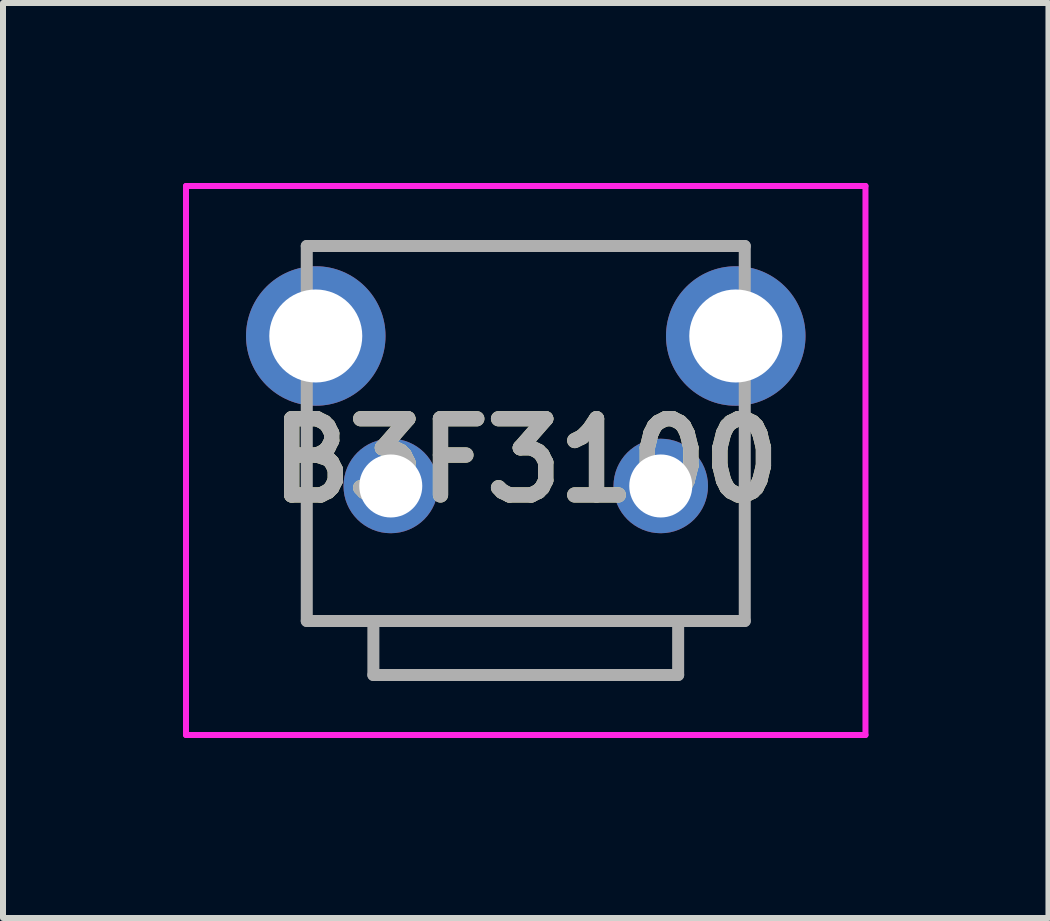
<source format=kicad_pcb>
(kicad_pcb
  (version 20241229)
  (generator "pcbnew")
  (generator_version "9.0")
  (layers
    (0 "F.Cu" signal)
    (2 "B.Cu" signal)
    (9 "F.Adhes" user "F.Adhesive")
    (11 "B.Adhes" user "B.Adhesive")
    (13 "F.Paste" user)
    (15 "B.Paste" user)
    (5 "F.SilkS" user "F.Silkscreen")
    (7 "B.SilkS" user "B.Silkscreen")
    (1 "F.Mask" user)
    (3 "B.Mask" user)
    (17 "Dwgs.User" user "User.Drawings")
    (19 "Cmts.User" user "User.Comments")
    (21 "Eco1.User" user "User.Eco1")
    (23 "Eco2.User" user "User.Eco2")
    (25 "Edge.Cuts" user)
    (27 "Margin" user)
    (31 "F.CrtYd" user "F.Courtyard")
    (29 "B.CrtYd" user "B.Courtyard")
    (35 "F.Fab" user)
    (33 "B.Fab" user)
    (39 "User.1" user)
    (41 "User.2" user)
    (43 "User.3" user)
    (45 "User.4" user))
  (footprint "B3F3100"
    (layer "F.Cu")
    (at 5.713 7.3)
    (property "Reference" "B3F3100" (at 0 -2.675 0) (layer "F.SilkS") (effects (font (size 1.27 1.27) (thickness 0.254))))
    (attr through_hole)
    (fp_line (start -3.65 -6.25) (end 3.5 -6.25) (stroke (width 0.1) (type solid)) (layer "F.SilkS"))
    (fp_line (start -3.65 -3) (end -3.65 0) (stroke (width 0.1) (type solid)) (layer "F.SilkS"))
    (fp_line (start -3.65 0) (end 3.65 0) (stroke (width 0.1) (type solid)) (layer "F.SilkS"))
    (fp_line (start -2.54 0) (end -2.54 0.9) (stroke (width 0.1) (type solid)) (layer "F.SilkS"))
    (fp_line (start -2.54 0.9) (end 2.54 0.9) (stroke (width 0.1) (type solid)) (layer "F.SilkS"))
    (fp_line (start 2.54 0.9) (end 2.54 0) (stroke (width 0.1) (type solid)) (layer "F.SilkS"))
    (fp_line (start 3.65 0) (end 3.65 -3) (stroke (width 0.1) (type solid)) (layer "F.SilkS"))
    (fp_line (start -5.663 -7.25) (end 5.662 -7.25) (stroke (width 0.1) (type solid)) (layer "F.CrtYd"))
    (fp_line (start -5.663 1.9) (end -5.663 -7.25) (stroke (width 0.1) (type solid)) (layer "F.CrtYd"))
    (fp_line (start 5.662 -7.25) (end 5.662 1.9) (stroke (width 0.1) (type solid)) (layer "F.CrtYd"))
    (fp_line (start 5.662 1.9) (end -5.663 1.9) (stroke (width 0.1) (type solid)) (layer "F.CrtYd"))
    (fp_line (start -3.65 -6.25) (end 3.65 -6.25) (stroke (width 0.2) (type solid)) (layer "F.Fab"))
    (fp_line (start -3.65 0) (end -3.65 -6.25) (stroke (width 0.2) (type solid)) (layer "F.Fab"))
    (fp_line (start -2.54 0) (end -2.54 0.9) (stroke (width 0.2) (type solid)) (layer "F.Fab"))
    (fp_line (start -2.54 0.9) (end 2.25 0.9) (stroke (width 0.2) (type solid)) (layer "F.Fab"))
    (fp_line (start 2.25 0.9) (end 2.54 0.9) (stroke (width 0.2) (type solid)) (layer "F.Fab"))
    (fp_line (start 2.54 0.9) (end 2.54 0) (stroke (width 0.2) (type solid)) (layer "F.Fab"))
    (fp_line (start 3.65 -6.25) (end 3.65 0) (stroke (width 0.2) (type solid)) (layer "F.Fab"))
    (fp_line (start 3.65 0) (end -3.65 0) (stroke (width 0.2) (type solid)) (layer "F.Fab"))
    (fp_text user "${REFERENCE}" (at 0 -2.675 0) (layer "F.Fab") (effects (font (size 1.27 1.27) (thickness 0.254))))
    (pad "1" thru_hole circle (at -2.25 -2.25) (size 1.575 1.575) (drill 1.05) (layers "*.Cu" "*.Mask"))
    (pad "2" thru_hole circle (at 2.25 -2.25) (size 1.575 1.575) (drill 1.05) (layers "*.Cu" "*.Mask"))
    (pad "3" thru_hole circle (at -3.5 -4.75) (size 2.325 2.325) (drill 1.55) (layers "*.Cu" "*.Mask"))
    (pad "4" thru_hole circle (at 3.5 -4.75) (size 2.325 2.325) (drill 1.55) (layers "*.Cu" "*.Mask")))
  (gr_rect
    (start -3 -3)
    (end 14.425 12.25)
    (stroke (width 0.1) (type default))
    (fill no)
    (layer "Edge.Cuts")))
</source>
